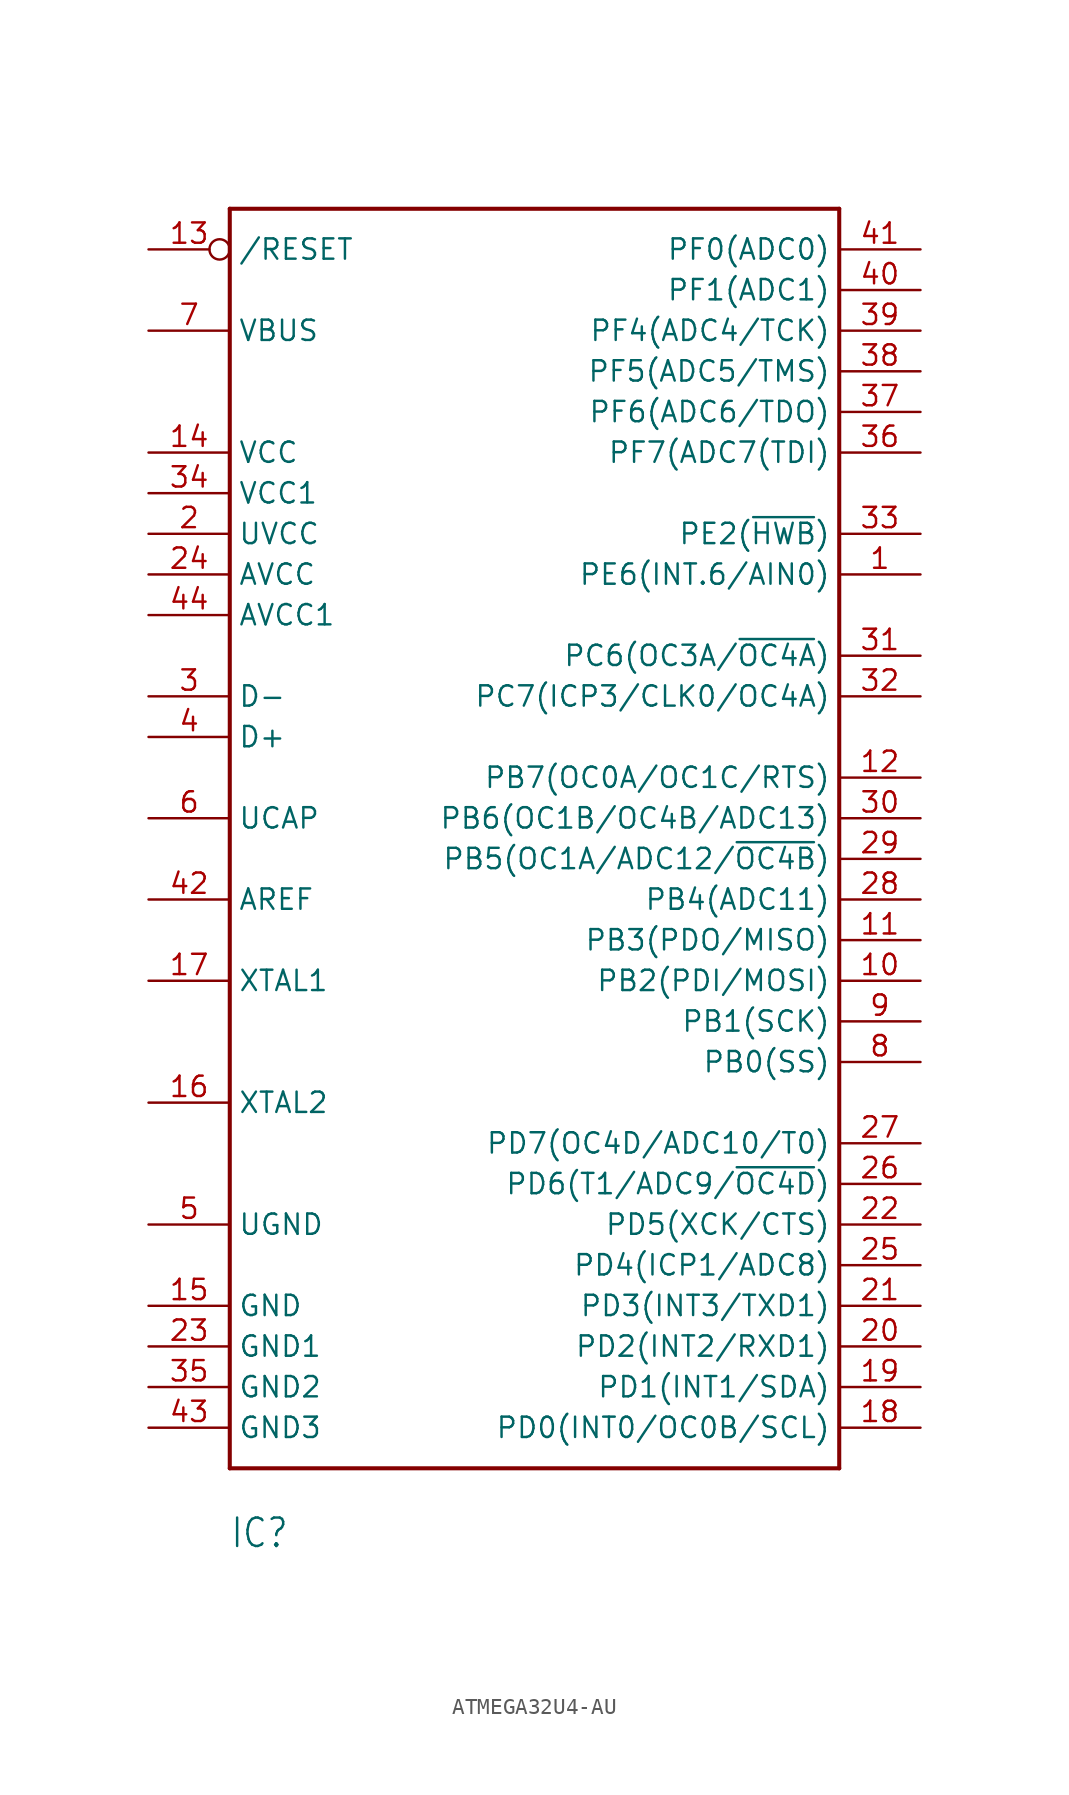
<source format=kicad_sym>
(kicad_symbol_lib
  (version 20231120)
  (generator "kicad_symbol_editor")
  (generator_version "8.0")
  (symbol "ATMEGA32U4-AU"
    (property "Reference" "IC"
      (at -17.78 -38.1 0)
      (effects (font (size 1.778 1.511)) (justify left bottom)))
    (property "Value" ""
      (at -5.08 45.72 0)
      (effects (font (size 1.778 1.511)) (justify left bottom)))
    (property "ki_locked" ""
      (at 0 0 0)
      (effects (font (size 1.27 1.27))))
    (symbol "ATMEGA32U4-AU_1_0"
      (polyline (pts (xy -17.78 -33.02) (xy -17.78 45.72)) (stroke (width 0.254) (type solid)) (fill (type none)))
      (polyline (pts (xy -17.78 45.72) (xy 20.32 45.72)) (stroke (width 0.254) (type solid)) (fill (type none)))
      (polyline (pts (xy 20.32 -33.02) (xy -17.78 -33.02)) (stroke (width 0.254) (type solid)) (fill (type none)))
      (polyline (pts (xy 20.32 45.72) (xy 20.32 -33.02)) (stroke (width 0.254) (type solid)) (fill (type none)))
      (pin bidirectional line (at 25.4 22.86 180) (length 5.08) (name "PE6(INT.6/AIN0)" (effects (font (size 1.27 1.27)))) (number "1" (effects (font (size 1.27 1.27)))))
      (pin bidirectional line (at 25.4 -2.54 180) (length 5.08) (name "PB2(PDI/MOSI)" (effects (font (size 1.27 1.27)))) (number "10" (effects (font (size 1.27 1.27)))))
      (pin bidirectional line (at 25.4 0 180) (length 5.08) (name "PB3(PDO/MISO)" (effects (font (size 1.27 1.27)))) (number "11" (effects (font (size 1.27 1.27)))))
      (pin bidirectional line (at 25.4 10.16 180) (length 5.08) (name "PB7(OC0A/OC1C/RTS)" (effects (font (size 1.27 1.27)))) (number "12" (effects (font (size 1.27 1.27)))))
      (pin bidirectional inverted (at -22.86 43.18 0) (length 5.08) (name "/RESET" (effects (font (size 1.27 1.27)))) (number "13" (effects (font (size 1.27 1.27)))))
      (pin bidirectional line (at -22.86 30.48 0) (length 5.08) (name "VCC" (effects (font (size 1.27 1.27)))) (number "14" (effects (font (size 1.27 1.27)))))
      (pin bidirectional line (at -22.86 -22.86 0) (length 5.08) (name "GND" (effects (font (size 1.27 1.27)))) (number "15" (effects (font (size 1.27 1.27)))))
      (pin bidirectional line (at -22.86 -10.16 0) (length 5.08) (name "XTAL2" (effects (font (size 1.27 1.27)))) (number "16" (effects (font (size 1.27 1.27)))))
      (pin bidirectional line (at -22.86 -2.54 0) (length 5.08) (name "XTAL1" (effects (font (size 1.27 1.27)))) (number "17" (effects (font (size 1.27 1.27)))))
      (pin bidirectional line (at 25.4 -30.48 180) (length 5.08) (name "PD0(INT0/OC0B/SCL)" (effects (font (size 1.27 1.27)))) (number "18" (effects (font (size 1.27 1.27)))))
      (pin bidirectional line (at 25.4 -27.94 180) (length 5.08) (name "PD1(INT1/SDA)" (effects (font (size 1.27 1.27)))) (number "19" (effects (font (size 1.27 1.27)))))
      (pin bidirectional line (at -22.86 25.4 0) (length 5.08) (name "UVCC" (effects (font (size 1.27 1.27)))) (number "2" (effects (font (size 1.27 1.27)))))
      (pin bidirectional line (at 25.4 -25.4 180) (length 5.08) (name "PD2(INT2/RXD1)" (effects (font (size 1.27 1.27)))) (number "20" (effects (font (size 1.27 1.27)))))
      (pin bidirectional line (at 25.4 -22.86 180) (length 5.08) (name "PD3(INT3/TXD1)" (effects (font (size 1.27 1.27)))) (number "21" (effects (font (size 1.27 1.27)))))
      (pin bidirectional line (at 25.4 -17.78 180) (length 5.08) (name "PD5(XCK/CTS)" (effects (font (size 1.27 1.27)))) (number "22" (effects (font (size 1.27 1.27)))))
      (pin bidirectional line (at -22.86 -25.4 0) (length 5.08) (name "GND1" (effects (font (size 1.27 1.27)))) (number "23" (effects (font (size 1.27 1.27)))))
      (pin bidirectional line (at -22.86 22.86 0) (length 5.08) (name "AVCC" (effects (font (size 1.27 1.27)))) (number "24" (effects (font (size 1.27 1.27)))))
      (pin bidirectional line (at 25.4 -20.32 180) (length 5.08) (name "PD4(ICP1/ADC8)" (effects (font (size 1.27 1.27)))) (number "25" (effects (font (size 1.27 1.27)))))
      (pin bidirectional line (at 25.4 -15.24 180) (length 5.08) (name "PD6(T1/ADC9/~{OC4D})" (effects (font (size 1.27 1.27)))) (number "26" (effects (font (size 1.27 1.27)))))
      (pin bidirectional line (at 25.4 -12.7 180) (length 5.08) (name "PD7(OC4D/ADC10/T0)" (effects (font (size 1.27 1.27)))) (number "27" (effects (font (size 1.27 1.27)))))
      (pin bidirectional line (at 25.4 2.54 180) (length 5.08) (name "PB4(ADC11)" (effects (font (size 1.27 1.27)))) (number "28" (effects (font (size 1.27 1.27)))))
      (pin bidirectional line (at 25.4 5.08 180) (length 5.08) (name "PB5(OC1A/ADC12/~{OC4B})" (effects (font (size 1.27 1.27)))) (number "29" (effects (font (size 1.27 1.27)))))
      (pin bidirectional line (at -22.86 15.24 0) (length 5.08) (name "D-" (effects (font (size 1.27 1.27)))) (number "3" (effects (font (size 1.27 1.27)))))
      (pin bidirectional line (at 25.4 7.62 180) (length 5.08) (name "PB6(OC1B/OC4B/ADC13)" (effects (font (size 1.27 1.27)))) (number "30" (effects (font (size 1.27 1.27)))))
      (pin bidirectional line (at 25.4 17.78 180) (length 5.08) (name "PC6(OC3A/~{OC4A})" (effects (font (size 1.27 1.27)))) (number "31" (effects (font (size 1.27 1.27)))))
      (pin bidirectional line (at 25.4 15.24 180) (length 5.08) (name "PC7(ICP3/CLK0/OC4A)" (effects (font (size 1.27 1.27)))) (number "32" (effects (font (size 1.27 1.27)))))
      (pin bidirectional line (at 25.4 25.4 180) (length 5.08) (name "PE2(~{HWB})" (effects (font (size 1.27 1.27)))) (number "33" (effects (font (size 1.27 1.27)))))
      (pin bidirectional line (at -22.86 27.94 0) (length 5.08) (name "VCC1" (effects (font (size 1.27 1.27)))) (number "34" (effects (font (size 1.27 1.27)))))
      (pin bidirectional line (at -22.86 -27.94 0) (length 5.08) (name "GND2" (effects (font (size 1.27 1.27)))) (number "35" (effects (font (size 1.27 1.27)))))
      (pin bidirectional line (at 25.4 30.48 180) (length 5.08) (name "PF7(ADC7(TDI)" (effects (font (size 1.27 1.27)))) (number "36" (effects (font (size 1.27 1.27)))))
      (pin bidirectional line (at 25.4 33.02 180) (length 5.08) (name "PF6(ADC6/TDO)" (effects (font (size 1.27 1.27)))) (number "37" (effects (font (size 1.27 1.27)))))
      (pin bidirectional line (at 25.4 35.56 180) (length 5.08) (name "PF5(ADC5/TMS)" (effects (font (size 1.27 1.27)))) (number "38" (effects (font (size 1.27 1.27)))))
      (pin bidirectional line (at 25.4 38.1 180) (length 5.08) (name "PF4(ADC4/TCK)" (effects (font (size 1.27 1.27)))) (number "39" (effects (font (size 1.27 1.27)))))
      (pin bidirectional line (at -22.86 12.7 0) (length 5.08) (name "D+" (effects (font (size 1.27 1.27)))) (number "4" (effects (font (size 1.27 1.27)))))
      (pin bidirectional line (at 25.4 40.64 180) (length 5.08) (name "PF1(ADC1)" (effects (font (size 1.27 1.27)))) (number "40" (effects (font (size 1.27 1.27)))))
      (pin bidirectional line (at 25.4 43.18 180) (length 5.08) (name "PF0(ADC0)" (effects (font (size 1.27 1.27)))) (number "41" (effects (font (size 1.27 1.27)))))
      (pin bidirectional line (at -22.86 2.54 0) (length 5.08) (name "AREF" (effects (font (size 1.27 1.27)))) (number "42" (effects (font (size 1.27 1.27)))))
      (pin bidirectional line (at -22.86 -30.48 0) (length 5.08) (name "GND3" (effects (font (size 1.27 1.27)))) (number "43" (effects (font (size 1.27 1.27)))))
      (pin bidirectional line (at -22.86 20.32 0) (length 5.08) (name "AVCC1" (effects (font (size 1.27 1.27)))) (number "44" (effects (font (size 1.27 1.27)))))
      (pin bidirectional line (at -22.86 -17.78 0) (length 5.08) (name "UGND" (effects (font (size 1.27 1.27)))) (number "5" (effects (font (size 1.27 1.27)))))
      (pin bidirectional line (at -22.86 7.62 0) (length 5.08) (name "UCAP" (effects (font (size 1.27 1.27)))) (number "6" (effects (font (size 1.27 1.27)))))
      (pin bidirectional line (at -22.86 38.1 0) (length 5.08) (name "VBUS" (effects (font (size 1.27 1.27)))) (number "7" (effects (font (size 1.27 1.27)))))
      (pin bidirectional line (at 25.4 -7.62 180) (length 5.08) (name "PB0(SS)" (effects (font (size 1.27 1.27)))) (number "8" (effects (font (size 1.27 1.27)))))
      (pin bidirectional line (at 25.4 -5.08 180) (length 5.08) (name "PB1(SCK)" (effects (font (size 1.27 1.27)))) (number "9" (effects (font (size 1.27 1.27))))))))
</source>
